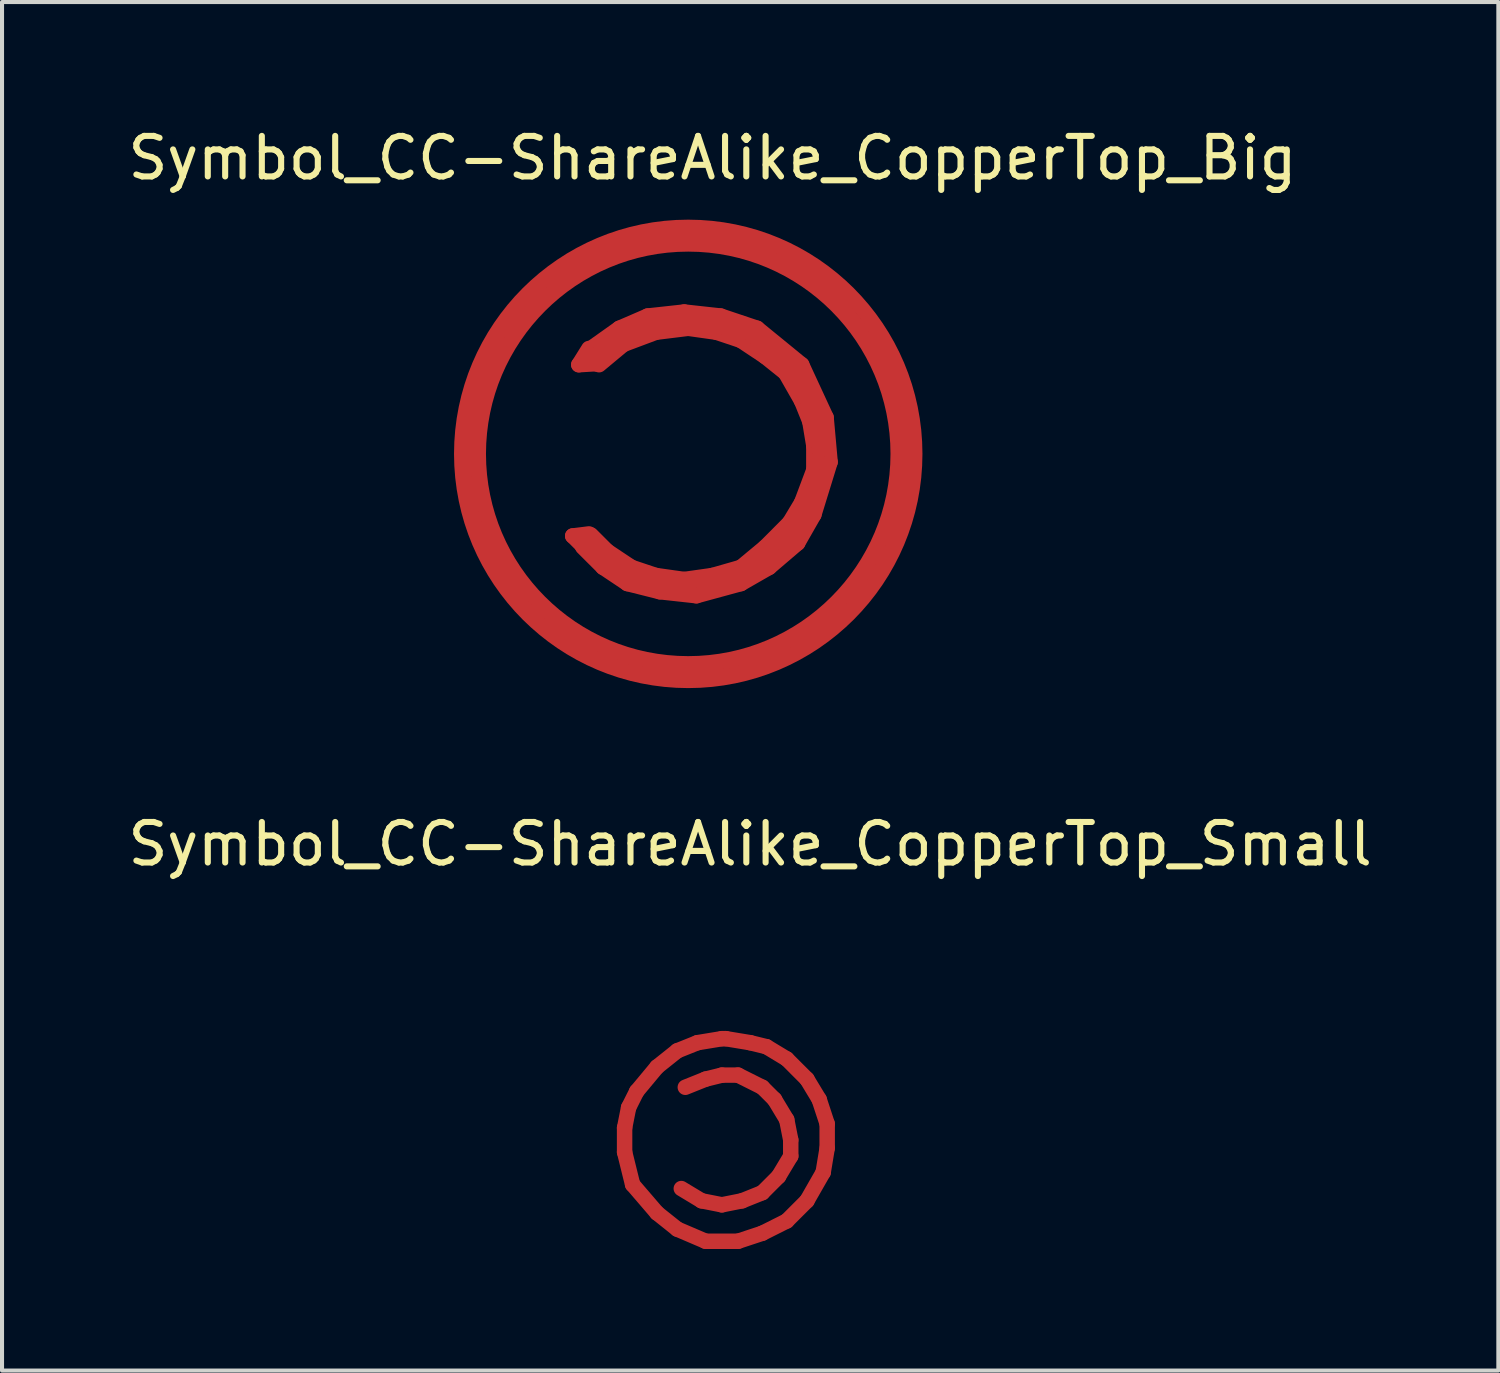
<source format=kicad_pcb>
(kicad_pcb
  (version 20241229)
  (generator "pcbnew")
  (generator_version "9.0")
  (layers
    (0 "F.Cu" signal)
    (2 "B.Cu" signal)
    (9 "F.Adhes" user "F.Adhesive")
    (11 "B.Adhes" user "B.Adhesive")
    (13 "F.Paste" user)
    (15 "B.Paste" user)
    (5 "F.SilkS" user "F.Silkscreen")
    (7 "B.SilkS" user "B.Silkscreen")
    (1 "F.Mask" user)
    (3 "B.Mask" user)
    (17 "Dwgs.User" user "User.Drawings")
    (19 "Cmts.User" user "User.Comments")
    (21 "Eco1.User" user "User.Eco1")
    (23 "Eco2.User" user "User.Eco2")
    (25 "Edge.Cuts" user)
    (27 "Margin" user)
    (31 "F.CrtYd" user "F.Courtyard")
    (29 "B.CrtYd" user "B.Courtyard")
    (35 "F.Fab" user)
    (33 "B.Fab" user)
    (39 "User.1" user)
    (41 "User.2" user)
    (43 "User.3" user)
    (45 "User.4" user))
  (footprint "Symbol_CC-ShareAlike_CopperTop_Small"
    (layer "F.Cu")
    (at 14.859 25.075)
    (property "Reference" "Symbol_CC-ShareAlike_CopperTop_Small" (at 0.599 -7.3 0) (layer "F.SilkS") (effects (font (size 1 1) (thickness 0.15))))
    (attr through_hole)
    (fp_line (start -2.499 -0.3) (end -2.499 0.3) (stroke (width 0.381) (type solid)) (layer "F.Cu"))
    (fp_line (start -2.499 0.3) (end -2.301 1.1) (stroke (width 0.381) (type solid)) (layer "F.Cu"))
    (fp_line (start -2.4 -0.8) (end -2.499 -0.3) (stroke (width 0.381) (type solid)) (layer "F.Cu"))
    (fp_line (start -2.301 1.1) (end -1.699 1.801) (stroke (width 0.381) (type solid)) (layer "F.Cu"))
    (fp_line (start -2.2 -1.199) (end -2.4 -0.8) (stroke (width 0.381) (type solid)) (layer "F.Cu"))
    (fp_line (start -1.699 -1.801) (end -2.2 -1.199) (stroke (width 0.381) (type solid)) (layer "F.Cu"))
    (fp_line (start -1.699 1.801) (end -1.199 2.2) (stroke (width 0.381) (type solid)) (layer "F.Cu"))
    (fp_line (start -1.199 -2.2) (end -1.699 -1.801) (stroke (width 0.381) (type solid)) (layer "F.Cu"))
    (fp_line (start -1.199 2.2) (end -0.5 2.499) (stroke (width 0.381) (type solid)) (layer "F.Cu"))
    (fp_line (start -1.1 1.199) (end -0.599 1.501) (stroke (width 0.381) (type solid)) (layer "F.Cu"))
    (fp_line (start -0.701 -2.4) (end -1.199 -2.2) (stroke (width 0.381) (type solid)) (layer "F.Cu"))
    (fp_line (start -0.599 1.501) (end -0.099 1.6) (stroke (width 0.381) (type solid)) (layer "F.Cu"))
    (fp_line (start -0.5 -1.501) (end -1.001 -1.3) (stroke (width 0.381) (type solid)) (layer "F.Cu"))
    (fp_line (start -0.5 2.499) (end 0.3 2.499) (stroke (width 0.381) (type solid)) (layer "F.Cu"))
    (fp_line (start -0.099 -2.499) (end -0.701 -2.4) (stroke (width 0.381) (type solid)) (layer "F.Cu"))
    (fp_line (start -0.099 -1.6) (end -0.5 -1.501) (stroke (width 0.381) (type solid)) (layer "F.Cu"))
    (fp_line (start -0.099 1.6) (end 0.399 1.501) (stroke (width 0.381) (type solid)) (layer "F.Cu"))
    (fp_line (start 0 -2.499) (end -0.099 -2.499) (stroke (width 0.381) (type solid)) (layer "F.Cu"))
    (fp_line (start 0.3 -1.6) (end -0.099 -1.6) (stroke (width 0.381) (type solid)) (layer "F.Cu"))
    (fp_line (start 0.3 2.499) (end 0.899 2.301) (stroke (width 0.381) (type solid)) (layer "F.Cu"))
    (fp_line (start 0.399 1.501) (end 0.899 1.3) (stroke (width 0.381) (type solid)) (layer "F.Cu"))
    (fp_line (start 0.599 -2.4) (end 0 -2.499) (stroke (width 0.381) (type solid)) (layer "F.Cu"))
    (fp_line (start 0.899 -1.3) (end 0.3 -1.6) (stroke (width 0.381) (type solid)) (layer "F.Cu"))
    (fp_line (start 0.899 1.3) (end 1.3 0.899) (stroke (width 0.381) (type solid)) (layer "F.Cu"))
    (fp_line (start 0.899 2.301) (end 1.501 1.999) (stroke (width 0.381) (type solid)) (layer "F.Cu"))
    (fp_line (start 1.001 -2.301) (end 0.599 -2.4) (stroke (width 0.381) (type solid)) (layer "F.Cu"))
    (fp_line (start 1.199 -1.001) (end 0.899 -1.3) (stroke (width 0.381) (type solid)) (layer "F.Cu"))
    (fp_line (start 1.3 0.899) (end 1.6 0.399) (stroke (width 0.381) (type solid)) (layer "F.Cu"))
    (fp_line (start 1.501 -1.999) (end 1.001 -2.301) (stroke (width 0.381) (type solid)) (layer "F.Cu"))
    (fp_line (start 1.501 -0.5) (end 1.199 -1.001) (stroke (width 0.381) (type solid)) (layer "F.Cu"))
    (fp_line (start 1.501 1.999) (end 1.999 1.501) (stroke (width 0.381) (type solid)) (layer "F.Cu"))
    (fp_line (start 1.6 0) (end 1.501 -0.5) (stroke (width 0.381) (type solid)) (layer "F.Cu"))
    (fp_line (start 1.6 0.399) (end 1.6 0) (stroke (width 0.381) (type solid)) (layer "F.Cu"))
    (fp_line (start 1.999 -1.501) (end 1.501 -1.999) (stroke (width 0.381) (type solid)) (layer "F.Cu"))
    (fp_line (start 1.999 1.501) (end 2.4 0.8) (stroke (width 0.381) (type solid)) (layer "F.Cu"))
    (fp_line (start 2.301 -1.001) (end 1.999 -1.501) (stroke (width 0.381) (type solid)) (layer "F.Cu"))
    (fp_line (start 2.4 0.8) (end 2.499 0.201) (stroke (width 0.381) (type solid)) (layer "F.Cu"))
    (fp_line (start 2.499 -0.399) (end 2.301 -1.001) (stroke (width 0.381) (type solid)) (layer "F.Cu"))
    (fp_line (start 2.499 0.201) (end 2.499 -0.399) (stroke (width 0.381) (type solid)) (layer "F.Cu")))
  (footprint "Symbol_CC-ShareAlike_CopperTop_Big"
    (layer "F.Cu")
    (at 13.93 8.148)
    (property "Reference" "Symbol_CC-ShareAlike_CopperTop_Big" (at 0.599 -7.3 0) (layer "F.SilkS") (effects (font (size 1 1) (thickness 0.15))))
    (attr exclude_from_pos_files exclude_from_bom)
    (fp_line (start -5.4 0.099) (end -5.199 1.3) (stroke (width 0.381) (type solid)) (layer "F.Cu"))
    (fp_line (start -5.301 -1.1) (end -5.4 0.099) (stroke (width 0.381) (type solid)) (layer "F.Cu"))
    (fp_line (start -5.199 1.3) (end -4.801 2.4) (stroke (width 0.381) (type solid)) (layer "F.Cu"))
    (fp_line (start -5.001 -2.101) (end -5.301 -1.1) (stroke (width 0.381) (type solid)) (layer "F.Cu"))
    (fp_line (start -4.801 2.4) (end -3.8 3.899) (stroke (width 0.381) (type solid)) (layer "F.Cu"))
    (fp_line (start -4.501 -3) (end -5.001 -2.101) (stroke (width 0.381) (type solid)) (layer "F.Cu"))
    (fp_line (start -4 -3.599) (end -4.501 -3) (stroke (width 0.381) (type solid)) (layer "F.Cu"))
    (fp_line (start -3.8 3.899) (end -2.601 4.801) (stroke (width 0.381) (type solid)) (layer "F.Cu"))
    (fp_line (start -3.299 -4.201) (end -4 -3.599) (stroke (width 0.381) (type solid)) (layer "F.Cu"))
    (fp_line (start -2.85 2.025) (end -2.45 1.975) (stroke (width 0.381) (type solid)) (layer "F.Cu"))
    (fp_line (start -2.7 -4.699) (end -3.299 -4.201) (stroke (width 0.381) (type solid)) (layer "F.Cu"))
    (fp_line (start -2.7 -2.2) (end -2.275 -2.225) (stroke (width 0.381) (type solid)) (layer "F.Cu"))
    (fp_line (start -2.625 2.25) (end -2.85 2.025) (stroke (width 0.381) (type solid)) (layer "F.Cu"))
    (fp_line (start -2.601 4.801) (end -1.3 5.301) (stroke (width 0.381) (type solid)) (layer "F.Cu"))
    (fp_line (start -2.45 -2.6) (end -2.7 -2.2) (stroke (width 0.381) (type solid)) (layer "F.Cu"))
    (fp_line (start -2.4 -2.601) (end -1.699 -3.099) (stroke (width 0.381) (type solid)) (layer "F.Cu"))
    (fp_line (start -2.4 1.999) (end -1.999 2.4) (stroke (width 0.381) (type solid)) (layer "F.Cu"))
    (fp_line (start -2.3 2.375) (end -1.875 2.75) (stroke (width 0.381) (type solid)) (layer "F.Cu"))
    (fp_line (start -2.275 -2.225) (end -2.4 -2.55) (stroke (width 0.381) (type solid)) (layer "F.Cu"))
    (fp_line (start -2.101 2.799) (end -2.601 2.301) (stroke (width 0.381) (type solid)) (layer "F.Cu"))
    (fp_line (start -1.999 -4.9) (end -2.7 -4.699) (stroke (width 0.381) (type solid)) (layer "F.Cu"))
    (fp_line (start -1.999 2.4) (end -1.4 2.799) (stroke (width 0.381) (type solid)) (layer "F.Cu"))
    (fp_line (start -1.875 2.75) (end -1.85 2.75) (stroke (width 0.381) (type solid)) (layer "F.Cu"))
    (fp_line (start -1.801 2.901) (end -0.201 3.299) (stroke (width 0.381) (type solid)) (layer "F.Cu"))
    (fp_line (start -1.699 -3.099) (end -1.001 -3.401) (stroke (width 0.381) (type solid)) (layer "F.Cu"))
    (fp_line (start -1.6 -2.7) (end -2.2 -2.2) (stroke (width 0.381) (type solid)) (layer "F.Cu"))
    (fp_line (start -1.501 3.2) (end -2.101 2.799) (stroke (width 0.381) (type solid)) (layer "F.Cu"))
    (fp_line (start -1.4 2.799) (end -0.8 3) (stroke (width 0.381) (type solid)) (layer "F.Cu"))
    (fp_line (start -1.3 -5.1) (end -1.999 -4.9) (stroke (width 0.381) (type solid)) (layer "F.Cu"))
    (fp_line (start -1.3 -3.099) (end -2.2 -2.499) (stroke (width 0.381) (type solid)) (layer "F.Cu"))
    (fp_line (start -1.3 5.301) (end 0.099 5.301) (stroke (width 0.381) (type solid)) (layer "F.Cu"))
    (fp_line (start -1.001 -3.401) (end -0.099 -3.5) (stroke (width 0.381) (type solid)) (layer "F.Cu"))
    (fp_line (start -0.8 -3) (end -1.6 -2.7) (stroke (width 0.381) (type solid)) (layer "F.Cu"))
    (fp_line (start -0.8 3) (end -0.099 3.099) (stroke (width 0.381) (type solid)) (layer "F.Cu"))
    (fp_line (start -0.701 3.401) (end -1.501 3.2) (stroke (width 0.381) (type solid)) (layer "F.Cu"))
    (fp_line (start -0.5 -5.4) (end -1.3 -5.1) (stroke (width 0.381) (type solid)) (layer "F.Cu"))
    (fp_line (start -0.201 3.299) (end 1.3 3) (stroke (width 0.381) (type solid)) (layer "F.Cu"))
    (fp_line (start -0.099 -3.5) (end 0.8 -3.401) (stroke (width 0.381) (type solid)) (layer "F.Cu"))
    (fp_line (start -0.099 3.099) (end 0.599 3) (stroke (width 0.381) (type solid)) (layer "F.Cu"))
    (fp_line (start 0 -5.4) (end -0.5 -5.4) (stroke (width 0.381) (type solid)) (layer "F.Cu"))
    (fp_line (start 0 -3.099) (end -0.8 -3) (stroke (width 0.381) (type solid)) (layer "F.Cu"))
    (fp_line (start 0.099 -3.299) (end -1.3 -3.099) (stroke (width 0.381) (type solid)) (layer "F.Cu"))
    (fp_line (start 0.099 5.301) (end 1.6 5.199) (stroke (width 0.381) (type solid)) (layer "F.Cu"))
    (fp_line (start 0.201 3.5) (end -0.701 3.401) (stroke (width 0.381) (type solid)) (layer "F.Cu"))
    (fp_line (start 0.599 3) (end 1.3 2.799) (stroke (width 0.381) (type solid)) (layer "F.Cu"))
    (fp_line (start 0.701 -3) (end 0 -3.099) (stroke (width 0.381) (type solid)) (layer "F.Cu"))
    (fp_line (start 0.8 -3.401) (end 1.699 -3.099) (stroke (width 0.381) (type solid)) (layer "F.Cu"))
    (fp_line (start 1.3 -2.799) (end 0.701 -3) (stroke (width 0.381) (type solid)) (layer "F.Cu"))
    (fp_line (start 1.3 2.799) (end 1.9 2.301) (stroke (width 0.381) (type solid)) (layer "F.Cu"))
    (fp_line (start 1.3 3) (end 2.301 2.301) (stroke (width 0.381) (type solid)) (layer "F.Cu"))
    (fp_line (start 1.3 3.2) (end 0.201 3.5) (stroke (width 0.381) (type solid)) (layer "F.Cu"))
    (fp_line (start 1.4 -5.199) (end 0 -5.301) (stroke (width 0.381) (type solid)) (layer "F.Cu"))
    (fp_line (start 1.501 -3) (end 0.099 -3.299) (stroke (width 0.381) (type solid)) (layer "F.Cu"))
    (fp_line (start 1.6 5.199) (end 2.601 4.699) (stroke (width 0.381) (type solid)) (layer "F.Cu"))
    (fp_line (start 1.699 -3.099) (end 2.799 -2.2) (stroke (width 0.381) (type solid)) (layer "F.Cu"))
    (fp_line (start 1.9 -2.4) (end 1.3 -2.799) (stroke (width 0.381) (type solid)) (layer "F.Cu"))
    (fp_line (start 1.9 2.301) (end 2.499 1.699) (stroke (width 0.381) (type solid)) (layer "F.Cu"))
    (fp_line (start 1.999 2.799) (end 1.3 3.2) (stroke (width 0.381) (type solid)) (layer "F.Cu"))
    (fp_line (start 2.301 2.301) (end 3 1.199) (stroke (width 0.381) (type solid)) (layer "F.Cu"))
    (fp_line (start 2.4 -4.801) (end 1.4 -5.199) (stroke (width 0.381) (type solid)) (layer "F.Cu"))
    (fp_line (start 2.4 -1.999) (end 1.9 -2.4) (stroke (width 0.381) (type solid)) (layer "F.Cu"))
    (fp_line (start 2.499 -2.2) (end 1.501 -3) (stroke (width 0.381) (type solid)) (layer "F.Cu"))
    (fp_line (start 2.499 1.699) (end 2.799 1.199) (stroke (width 0.381) (type solid)) (layer "F.Cu"))
    (fp_line (start 2.601 4.699) (end 4.201 3.401) (stroke (width 0.381) (type solid)) (layer "F.Cu"))
    (fp_line (start 2.7 2.2) (end 1.999 2.799) (stroke (width 0.381) (type solid)) (layer "F.Cu"))
    (fp_line (start 2.799 -2.2) (end 3.401 -0.899) (stroke (width 0.381) (type solid)) (layer "F.Cu"))
    (fp_line (start 2.799 -1.3) (end 2.4 -1.999) (stroke (width 0.381) (type solid)) (layer "F.Cu"))
    (fp_line (start 2.799 1.199) (end 3.099 0.399) (stroke (width 0.381) (type solid)) (layer "F.Cu"))
    (fp_line (start 3 -0.8) (end 2.799 -1.3) (stroke (width 0.381) (type solid)) (layer "F.Cu"))
    (fp_line (start 3 1.199) (end 3.299 0.201) (stroke (width 0.381) (type solid)) (layer "F.Cu"))
    (fp_line (start 3.099 -1.001) (end 2.499 -2.2) (stroke (width 0.381) (type solid)) (layer "F.Cu"))
    (fp_line (start 3.099 -0.201) (end 3 -0.8) (stroke (width 0.381) (type solid)) (layer "F.Cu"))
    (fp_line (start 3.099 0.399) (end 3.099 -0.201) (stroke (width 0.381) (type solid)) (layer "F.Cu"))
    (fp_line (start 3.099 1.501) (end 2.7 2.2) (stroke (width 0.381) (type solid)) (layer "F.Cu"))
    (fp_line (start 3.299 0.201) (end 3.099 -1.001) (stroke (width 0.381) (type solid)) (layer "F.Cu"))
    (fp_line (start 3.401 -4.1) (end 2.4 -4.801) (stroke (width 0.381) (type solid)) (layer "F.Cu"))
    (fp_line (start 3.401 -0.899) (end 3.5 0.201) (stroke (width 0.381) (type solid)) (layer "F.Cu"))
    (fp_line (start 3.5 0.201) (end 3.099 1.501) (stroke (width 0.381) (type solid)) (layer "F.Cu"))
    (fp_line (start 4.201 3.401) (end 5.001 1.801) (stroke (width 0.381) (type solid)) (layer "F.Cu"))
    (fp_line (start 4.699 -2.499) (end 3.401 -4.1) (stroke (width 0.381) (type solid)) (layer "F.Cu"))
    (fp_line (start 5.001 1.801) (end 5.4 0.3) (stroke (width 0.381) (type solid)) (layer "F.Cu"))
    (fp_line (start 5.199 -1.4) (end 4.699 -2.499) (stroke (width 0.381) (type solid)) (layer "F.Cu"))
    (fp_line (start 5.4 0.3) (end 5.199 -1.4) (stroke (width 0.381) (type solid)) (layer "F.Cu"))
    (fp_circle (center 0 0) (end 5.08 1.016) (stroke (width 0.381) (type solid)) (fill no) (layer "F.Cu"))
    (fp_circle (center 0 0) (end 5.588 0) (stroke (width 0.381) (type solid)) (fill no) (layer "F.Cu")))
  (gr_rect
    (start -3 -3)
    (end 33.917 30.765)
    (stroke (width 0.1) (type default))
    (fill no)
    (layer "Edge.Cuts")))
</source>
